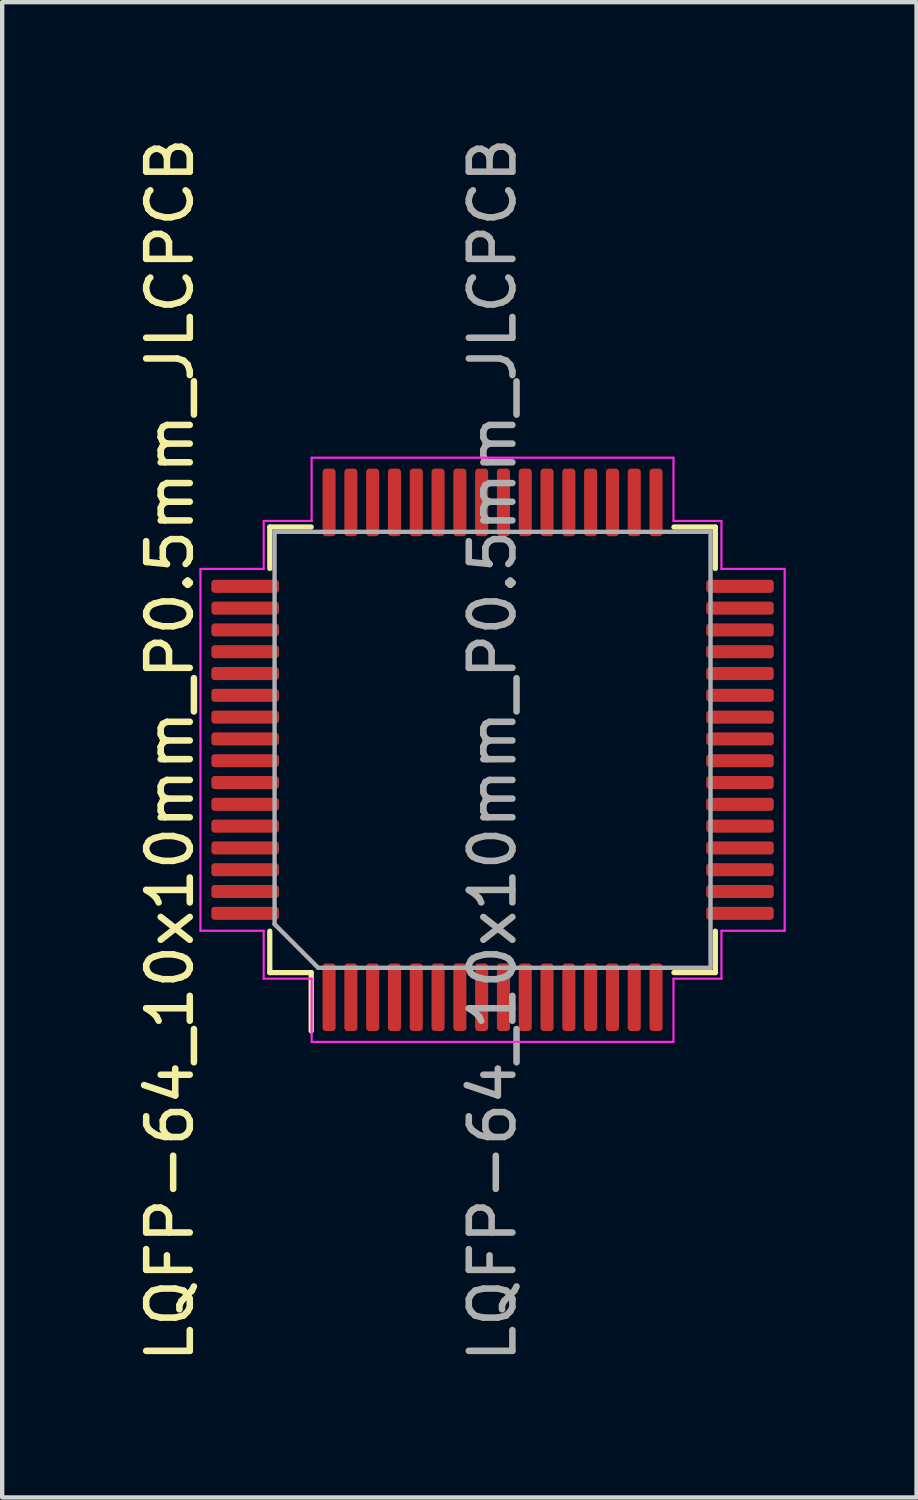
<source format=kicad_pcb>
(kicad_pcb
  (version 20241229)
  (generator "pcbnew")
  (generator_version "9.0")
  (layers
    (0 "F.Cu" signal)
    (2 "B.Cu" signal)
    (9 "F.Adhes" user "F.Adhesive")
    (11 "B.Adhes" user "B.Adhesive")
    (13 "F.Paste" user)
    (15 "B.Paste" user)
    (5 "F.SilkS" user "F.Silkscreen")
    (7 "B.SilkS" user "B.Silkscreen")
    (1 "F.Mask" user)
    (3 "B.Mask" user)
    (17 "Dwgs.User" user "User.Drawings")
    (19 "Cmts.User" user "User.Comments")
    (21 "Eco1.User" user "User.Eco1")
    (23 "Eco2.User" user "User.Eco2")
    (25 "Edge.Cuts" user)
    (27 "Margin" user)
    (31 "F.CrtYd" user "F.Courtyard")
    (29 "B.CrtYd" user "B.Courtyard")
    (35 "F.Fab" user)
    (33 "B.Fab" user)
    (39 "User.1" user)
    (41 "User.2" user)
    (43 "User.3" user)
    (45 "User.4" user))
  (footprint "LQFP-64_10x10mm_P0.5mm_JLCPCB"
    (layer "F.Cu")
    (at 8.248 14.149)
    (property "Reference" "LQFP-64_10x10mm_P0.5mm_JLCPCB" (at -7.4 0 90) (layer "F.SilkS") (effects (font (size 1 1) (thickness 0.15))))
    (attr smd)
    (fp_line (start -5.11 -5.11) (end -4.16 -5.11) (stroke (width 0.12) (type solid)) (layer "F.SilkS"))
    (fp_line (start -5.11 -4.16) (end -5.11 -5.11) (stroke (width 0.12) (type solid)) (layer "F.SilkS"))
    (fp_line (start -5.11 4.16) (end -5.11 5.11) (stroke (width 0.12) (type solid)) (layer "F.SilkS"))
    (fp_line (start -5.11 5.11) (end -4.16 5.11) (stroke (width 0.12) (type solid)) (layer "F.SilkS"))
    (fp_line (start -4.16 5.11) (end -4.16 6.45) (stroke (width 0.12) (type solid)) (layer "F.SilkS"))
    (fp_line (start 5.11 -5.11) (end 4.16 -5.11) (stroke (width 0.12) (type solid)) (layer "F.SilkS"))
    (fp_line (start 5.11 -4.16) (end 5.11 -5.11) (stroke (width 0.12) (type solid)) (layer "F.SilkS"))
    (fp_line (start 5.11 4.16) (end 5.11 5.11) (stroke (width 0.12) (type solid)) (layer "F.SilkS"))
    (fp_line (start 5.11 5.11) (end 4.16 5.11) (stroke (width 0.12) (type solid)) (layer "F.SilkS"))
    (fp_line (start -6.7 -4.15) (end -5.25 -4.15) (stroke (width 0.05) (type solid)) (layer "F.CrtYd"))
    (fp_line (start -6.7 0) (end -6.7 -4.15) (stroke (width 0.05) (type solid)) (layer "F.CrtYd"))
    (fp_line (start -6.7 0) (end -6.7 4.15) (stroke (width 0.05) (type solid)) (layer "F.CrtYd"))
    (fp_line (start -6.7 4.15) (end -5.25 4.15) (stroke (width 0.05) (type solid)) (layer "F.CrtYd"))
    (fp_line (start -5.25 -5.25) (end -4.15 -5.25) (stroke (width 0.05) (type solid)) (layer "F.CrtYd"))
    (fp_line (start -5.25 -4.15) (end -5.25 -5.25) (stroke (width 0.05) (type solid)) (layer "F.CrtYd"))
    (fp_line (start -5.25 4.15) (end -5.25 5.25) (stroke (width 0.05) (type solid)) (layer "F.CrtYd"))
    (fp_line (start -5.25 5.25) (end -4.15 5.25) (stroke (width 0.05) (type solid)) (layer "F.CrtYd"))
    (fp_line (start -4.15 -6.7) (end 0 -6.7) (stroke (width 0.05) (type solid)) (layer "F.CrtYd"))
    (fp_line (start -4.15 -5.25) (end -4.15 -6.7) (stroke (width 0.05) (type solid)) (layer "F.CrtYd"))
    (fp_line (start -4.15 5.25) (end -4.15 6.7) (stroke (width 0.05) (type solid)) (layer "F.CrtYd"))
    (fp_line (start -4.15 6.7) (end 0 6.7) (stroke (width 0.05) (type solid)) (layer "F.CrtYd"))
    (fp_line (start 4.15 -6.7) (end 0 -6.7) (stroke (width 0.05) (type solid)) (layer "F.CrtYd"))
    (fp_line (start 4.15 -5.25) (end 4.15 -6.7) (stroke (width 0.05) (type solid)) (layer "F.CrtYd"))
    (fp_line (start 4.15 5.25) (end 4.15 6.7) (stroke (width 0.05) (type solid)) (layer "F.CrtYd"))
    (fp_line (start 4.15 6.7) (end 0 6.7) (stroke (width 0.05) (type solid)) (layer "F.CrtYd"))
    (fp_line (start 5.25 -5.25) (end 4.15 -5.25) (stroke (width 0.05) (type solid)) (layer "F.CrtYd"))
    (fp_line (start 5.25 -4.15) (end 5.25 -5.25) (stroke (width 0.05) (type solid)) (layer "F.CrtYd"))
    (fp_line (start 5.25 4.15) (end 5.25 5.25) (stroke (width 0.05) (type solid)) (layer "F.CrtYd"))
    (fp_line (start 5.25 5.25) (end 4.15 5.25) (stroke (width 0.05) (type solid)) (layer "F.CrtYd"))
    (fp_line (start 6.7 -4.15) (end 5.25 -4.15) (stroke (width 0.05) (type solid)) (layer "F.CrtYd"))
    (fp_line (start 6.7 0) (end 6.7 -4.15) (stroke (width 0.05) (type solid)) (layer "F.CrtYd"))
    (fp_line (start 6.7 0) (end 6.7 4.15) (stroke (width 0.05) (type solid)) (layer "F.CrtYd"))
    (fp_line (start 6.7 4.15) (end 5.25 4.15) (stroke (width 0.05) (type solid)) (layer "F.CrtYd"))
    (fp_line (start -5 -5) (end 5 -5) (stroke (width 0.1) (type solid)) (layer "F.Fab"))
    (fp_line (start -5 4) (end -5 -5) (stroke (width 0.1) (type solid)) (layer "F.Fab"))
    (fp_line (start -4 5) (end -5 4) (stroke (width 0.1) (type solid)) (layer "F.Fab"))
    (fp_line (start 5 -5) (end 5 5) (stroke (width 0.1) (type solid)) (layer "F.Fab"))
    (fp_line (start 5 5) (end -4 5) (stroke (width 0.1) (type solid)) (layer "F.Fab"))
    (fp_text user "${REFERENCE}" (at 0 0 90) (layer "F.Fab") (effects (font (size 1 1) (thickness 0.15))))
    (pad "1" smd roundrect (at -3.75 5.675 90) (size 1.55 0.3) (layers "F.Cu" "F.Mask" "F.Paste") (roundrect_rratio 0.25))
    (pad "2" smd roundrect (at -3.25 5.675 90) (size 1.55 0.3) (layers "F.Cu" "F.Mask" "F.Paste") (roundrect_rratio 0.25))
    (pad "3" smd roundrect (at -2.75 5.675 90) (size 1.55 0.3) (layers "F.Cu" "F.Mask" "F.Paste") (roundrect_rratio 0.25))
    (pad "4" smd roundrect (at -2.25 5.675 90) (size 1.55 0.3) (layers "F.Cu" "F.Mask" "F.Paste") (roundrect_rratio 0.25))
    (pad "5" smd roundrect (at -1.75 5.675 90) (size 1.55 0.3) (layers "F.Cu" "F.Mask" "F.Paste") (roundrect_rratio 0.25))
    (pad "6" smd roundrect (at -1.25 5.675 90) (size 1.55 0.3) (layers "F.Cu" "F.Mask" "F.Paste") (roundrect_rratio 0.25))
    (pad "7" smd roundrect (at -0.75 5.675 90) (size 1.55 0.3) (layers "F.Cu" "F.Mask" "F.Paste") (roundrect_rratio 0.25))
    (pad "8" smd roundrect (at -0.25 5.675 90) (size 1.55 0.3) (layers "F.Cu" "F.Mask" "F.Paste") (roundrect_rratio 0.25))
    (pad "9" smd roundrect (at 0.25 5.675 90) (size 1.55 0.3) (layers "F.Cu" "F.Mask" "F.Paste") (roundrect_rratio 0.25))
    (pad "10" smd roundrect (at 0.75 5.675 90) (size 1.55 0.3) (layers "F.Cu" "F.Mask" "F.Paste") (roundrect_rratio 0.25))
    (pad "11" smd roundrect (at 1.25 5.675 90) (size 1.55 0.3) (layers "F.Cu" "F.Mask" "F.Paste") (roundrect_rratio 0.25))
    (pad "12" smd roundrect (at 1.75 5.675 90) (size 1.55 0.3) (layers "F.Cu" "F.Mask" "F.Paste") (roundrect_rratio 0.25))
    (pad "13" smd roundrect (at 2.25 5.675 90) (size 1.55 0.3) (layers "F.Cu" "F.Mask" "F.Paste") (roundrect_rratio 0.25))
    (pad "14" smd roundrect (at 2.75 5.675 90) (size 1.55 0.3) (layers "F.Cu" "F.Mask" "F.Paste") (roundrect_rratio 0.25))
    (pad "15" smd roundrect (at 3.25 5.675 90) (size 1.55 0.3) (layers "F.Cu" "F.Mask" "F.Paste") (roundrect_rratio 0.25))
    (pad "16" smd roundrect (at 3.75 5.675 90) (size 1.55 0.3) (layers "F.Cu" "F.Mask" "F.Paste") (roundrect_rratio 0.25))
    (pad "17" smd roundrect (at 5.675 3.75 90) (size 0.3 1.55) (layers "F.Cu" "F.Mask" "F.Paste") (roundrect_rratio 0.25))
    (pad "18" smd roundrect (at 5.675 3.25 90) (size 0.3 1.55) (layers "F.Cu" "F.Mask" "F.Paste") (roundrect_rratio 0.25))
    (pad "19" smd roundrect (at 5.675 2.75 90) (size 0.3 1.55) (layers "F.Cu" "F.Mask" "F.Paste") (roundrect_rratio 0.25))
    (pad "20" smd roundrect (at 5.675 2.25 90) (size 0.3 1.55) (layers "F.Cu" "F.Mask" "F.Paste") (roundrect_rratio 0.25))
    (pad "21" smd roundrect (at 5.675 1.75 90) (size 0.3 1.55) (layers "F.Cu" "F.Mask" "F.Paste") (roundrect_rratio 0.25))
    (pad "22" smd roundrect (at 5.675 1.25 90) (size 0.3 1.55) (layers "F.Cu" "F.Mask" "F.Paste") (roundrect_rratio 0.25))
    (pad "23" smd roundrect (at 5.675 0.75 90) (size 0.3 1.55) (layers "F.Cu" "F.Mask" "F.Paste") (roundrect_rratio 0.25))
    (pad "24" smd roundrect (at 5.675 0.25 90) (size 0.3 1.55) (layers "F.Cu" "F.Mask" "F.Paste") (roundrect_rratio 0.25))
    (pad "25" smd roundrect (at 5.675 -0.25 90) (size 0.3 1.55) (layers "F.Cu" "F.Mask" "F.Paste") (roundrect_rratio 0.25))
    (pad "26" smd roundrect (at 5.675 -0.75 90) (size 0.3 1.55) (layers "F.Cu" "F.Mask" "F.Paste") (roundrect_rratio 0.25))
    (pad "27" smd roundrect (at 5.675 -1.25 90) (size 0.3 1.55) (layers "F.Cu" "F.Mask" "F.Paste") (roundrect_rratio 0.25))
    (pad "28" smd roundrect (at 5.675 -1.75 90) (size 0.3 1.55) (layers "F.Cu" "F.Mask" "F.Paste") (roundrect_rratio 0.25))
    (pad "29" smd roundrect (at 5.675 -2.25 90) (size 0.3 1.55) (layers "F.Cu" "F.Mask" "F.Paste") (roundrect_rratio 0.25))
    (pad "30" smd roundrect (at 5.675 -2.75 90) (size 0.3 1.55) (layers "F.Cu" "F.Mask" "F.Paste") (roundrect_rratio 0.25))
    (pad "31" smd roundrect (at 5.675 -3.25 90) (size 0.3 1.55) (layers "F.Cu" "F.Mask" "F.Paste") (roundrect_rratio 0.25))
    (pad "32" smd roundrect (at 5.675 -3.75 90) (size 0.3 1.55) (layers "F.Cu" "F.Mask" "F.Paste") (roundrect_rratio 0.25))
    (pad "33" smd roundrect (at 3.75 -5.675 90) (size 1.55 0.3) (layers "F.Cu" "F.Mask" "F.Paste") (roundrect_rratio 0.25))
    (pad "34" smd roundrect (at 3.25 -5.675 90) (size 1.55 0.3) (layers "F.Cu" "F.Mask" "F.Paste") (roundrect_rratio 0.25))
    (pad "35" smd roundrect (at 2.75 -5.675 90) (size 1.55 0.3) (layers "F.Cu" "F.Mask" "F.Paste") (roundrect_rratio 0.25))
    (pad "36" smd roundrect (at 2.25 -5.675 90) (size 1.55 0.3) (layers "F.Cu" "F.Mask" "F.Paste") (roundrect_rratio 0.25))
    (pad "37" smd roundrect (at 1.75 -5.675 90) (size 1.55 0.3) (layers "F.Cu" "F.Mask" "F.Paste") (roundrect_rratio 0.25))
    (pad "38" smd roundrect (at 1.25 -5.675 90) (size 1.55 0.3) (layers "F.Cu" "F.Mask" "F.Paste") (roundrect_rratio 0.25))
    (pad "39" smd roundrect (at 0.75 -5.675 90) (size 1.55 0.3) (layers "F.Cu" "F.Mask" "F.Paste") (roundrect_rratio 0.25))
    (pad "40" smd roundrect (at 0.25 -5.675 90) (size 1.55 0.3) (layers "F.Cu" "F.Mask" "F.Paste") (roundrect_rratio 0.25))
    (pad "41" smd roundrect (at -0.25 -5.675 90) (size 1.55 0.3) (layers "F.Cu" "F.Mask" "F.Paste") (roundrect_rratio 0.25))
    (pad "42" smd roundrect (at -0.75 -5.675 90) (size 1.55 0.3) (layers "F.Cu" "F.Mask" "F.Paste") (roundrect_rratio 0.25))
    (pad "43" smd roundrect (at -1.25 -5.675 90) (size 1.55 0.3) (layers "F.Cu" "F.Mask" "F.Paste") (roundrect_rratio 0.25))
    (pad "44" smd roundrect (at -1.75 -5.675 90) (size 1.55 0.3) (layers "F.Cu" "F.Mask" "F.Paste") (roundrect_rratio 0.25))
    (pad "45" smd roundrect (at -2.25 -5.675 90) (size 1.55 0.3) (layers "F.Cu" "F.Mask" "F.Paste") (roundrect_rratio 0.25))
    (pad "46" smd roundrect (at -2.75 -5.675 90) (size 1.55 0.3) (layers "F.Cu" "F.Mask" "F.Paste") (roundrect_rratio 0.25))
    (pad "47" smd roundrect (at -3.25 -5.675 90) (size 1.55 0.3) (layers "F.Cu" "F.Mask" "F.Paste") (roundrect_rratio 0.25))
    (pad "48" smd roundrect (at -3.75 -5.675 90) (size 1.55 0.3) (layers "F.Cu" "F.Mask" "F.Paste") (roundrect_rratio 0.25))
    (pad "49" smd roundrect (at -5.675 -3.75 90) (size 0.3 1.55) (layers "F.Cu" "F.Mask" "F.Paste") (roundrect_rratio 0.25))
    (pad "50" smd roundrect (at -5.675 -3.25 90) (size 0.3 1.55) (layers "F.Cu" "F.Mask" "F.Paste") (roundrect_rratio 0.25))
    (pad "51" smd roundrect (at -5.675 -2.75 90) (size 0.3 1.55) (layers "F.Cu" "F.Mask" "F.Paste") (roundrect_rratio 0.25))
    (pad "52" smd roundrect (at -5.675 -2.25 90) (size 0.3 1.55) (layers "F.Cu" "F.Mask" "F.Paste") (roundrect_rratio 0.25))
    (pad "53" smd roundrect (at -5.675 -1.75 90) (size 0.3 1.55) (layers "F.Cu" "F.Mask" "F.Paste") (roundrect_rratio 0.25))
    (pad "54" smd roundrect (at -5.675 -1.25 90) (size 0.3 1.55) (layers "F.Cu" "F.Mask" "F.Paste") (roundrect_rratio 0.25))
    (pad "55" smd roundrect (at -5.675 -0.75 90) (size 0.3 1.55) (layers "F.Cu" "F.Mask" "F.Paste") (roundrect_rratio 0.25))
    (pad "56" smd roundrect (at -5.675 -0.25 90) (size 0.3 1.55) (layers "F.Cu" "F.Mask" "F.Paste") (roundrect_rratio 0.25))
    (pad "57" smd roundrect (at -5.675 0.25 90) (size 0.3 1.55) (layers "F.Cu" "F.Mask" "F.Paste") (roundrect_rratio 0.25))
    (pad "58" smd roundrect (at -5.675 0.75 90) (size 0.3 1.55) (layers "F.Cu" "F.Mask" "F.Paste") (roundrect_rratio 0.25))
    (pad "59" smd roundrect (at -5.675 1.25 90) (size 0.3 1.55) (layers "F.Cu" "F.Mask" "F.Paste") (roundrect_rratio 0.25))
    (pad "60" smd roundrect (at -5.675 1.75 90) (size 0.3 1.55) (layers "F.Cu" "F.Mask" "F.Paste") (roundrect_rratio 0.25))
    (pad "61" smd roundrect (at -5.675 2.25 90) (size 0.3 1.55) (layers "F.Cu" "F.Mask" "F.Paste") (roundrect_rratio 0.25))
    (pad "62" smd roundrect (at -5.675 2.75 90) (size 0.3 1.55) (layers "F.Cu" "F.Mask" "F.Paste") (roundrect_rratio 0.25))
    (pad "63" smd roundrect (at -5.675 3.25 90) (size 0.3 1.55) (layers "F.Cu" "F.Mask" "F.Paste") (roundrect_rratio 0.25))
    (pad "64" smd roundrect (at -5.675 3.75 90) (size 0.3 1.55) (layers "F.Cu" "F.Mask" "F.Paste") (roundrect_rratio 0.25)))
  (gr_rect
    (start -3 -3)
    (end 17.973 31.298)
    (stroke (width 0.1) (type default))
    (fill no)
    (layer "Edge.Cuts")))
</source>
